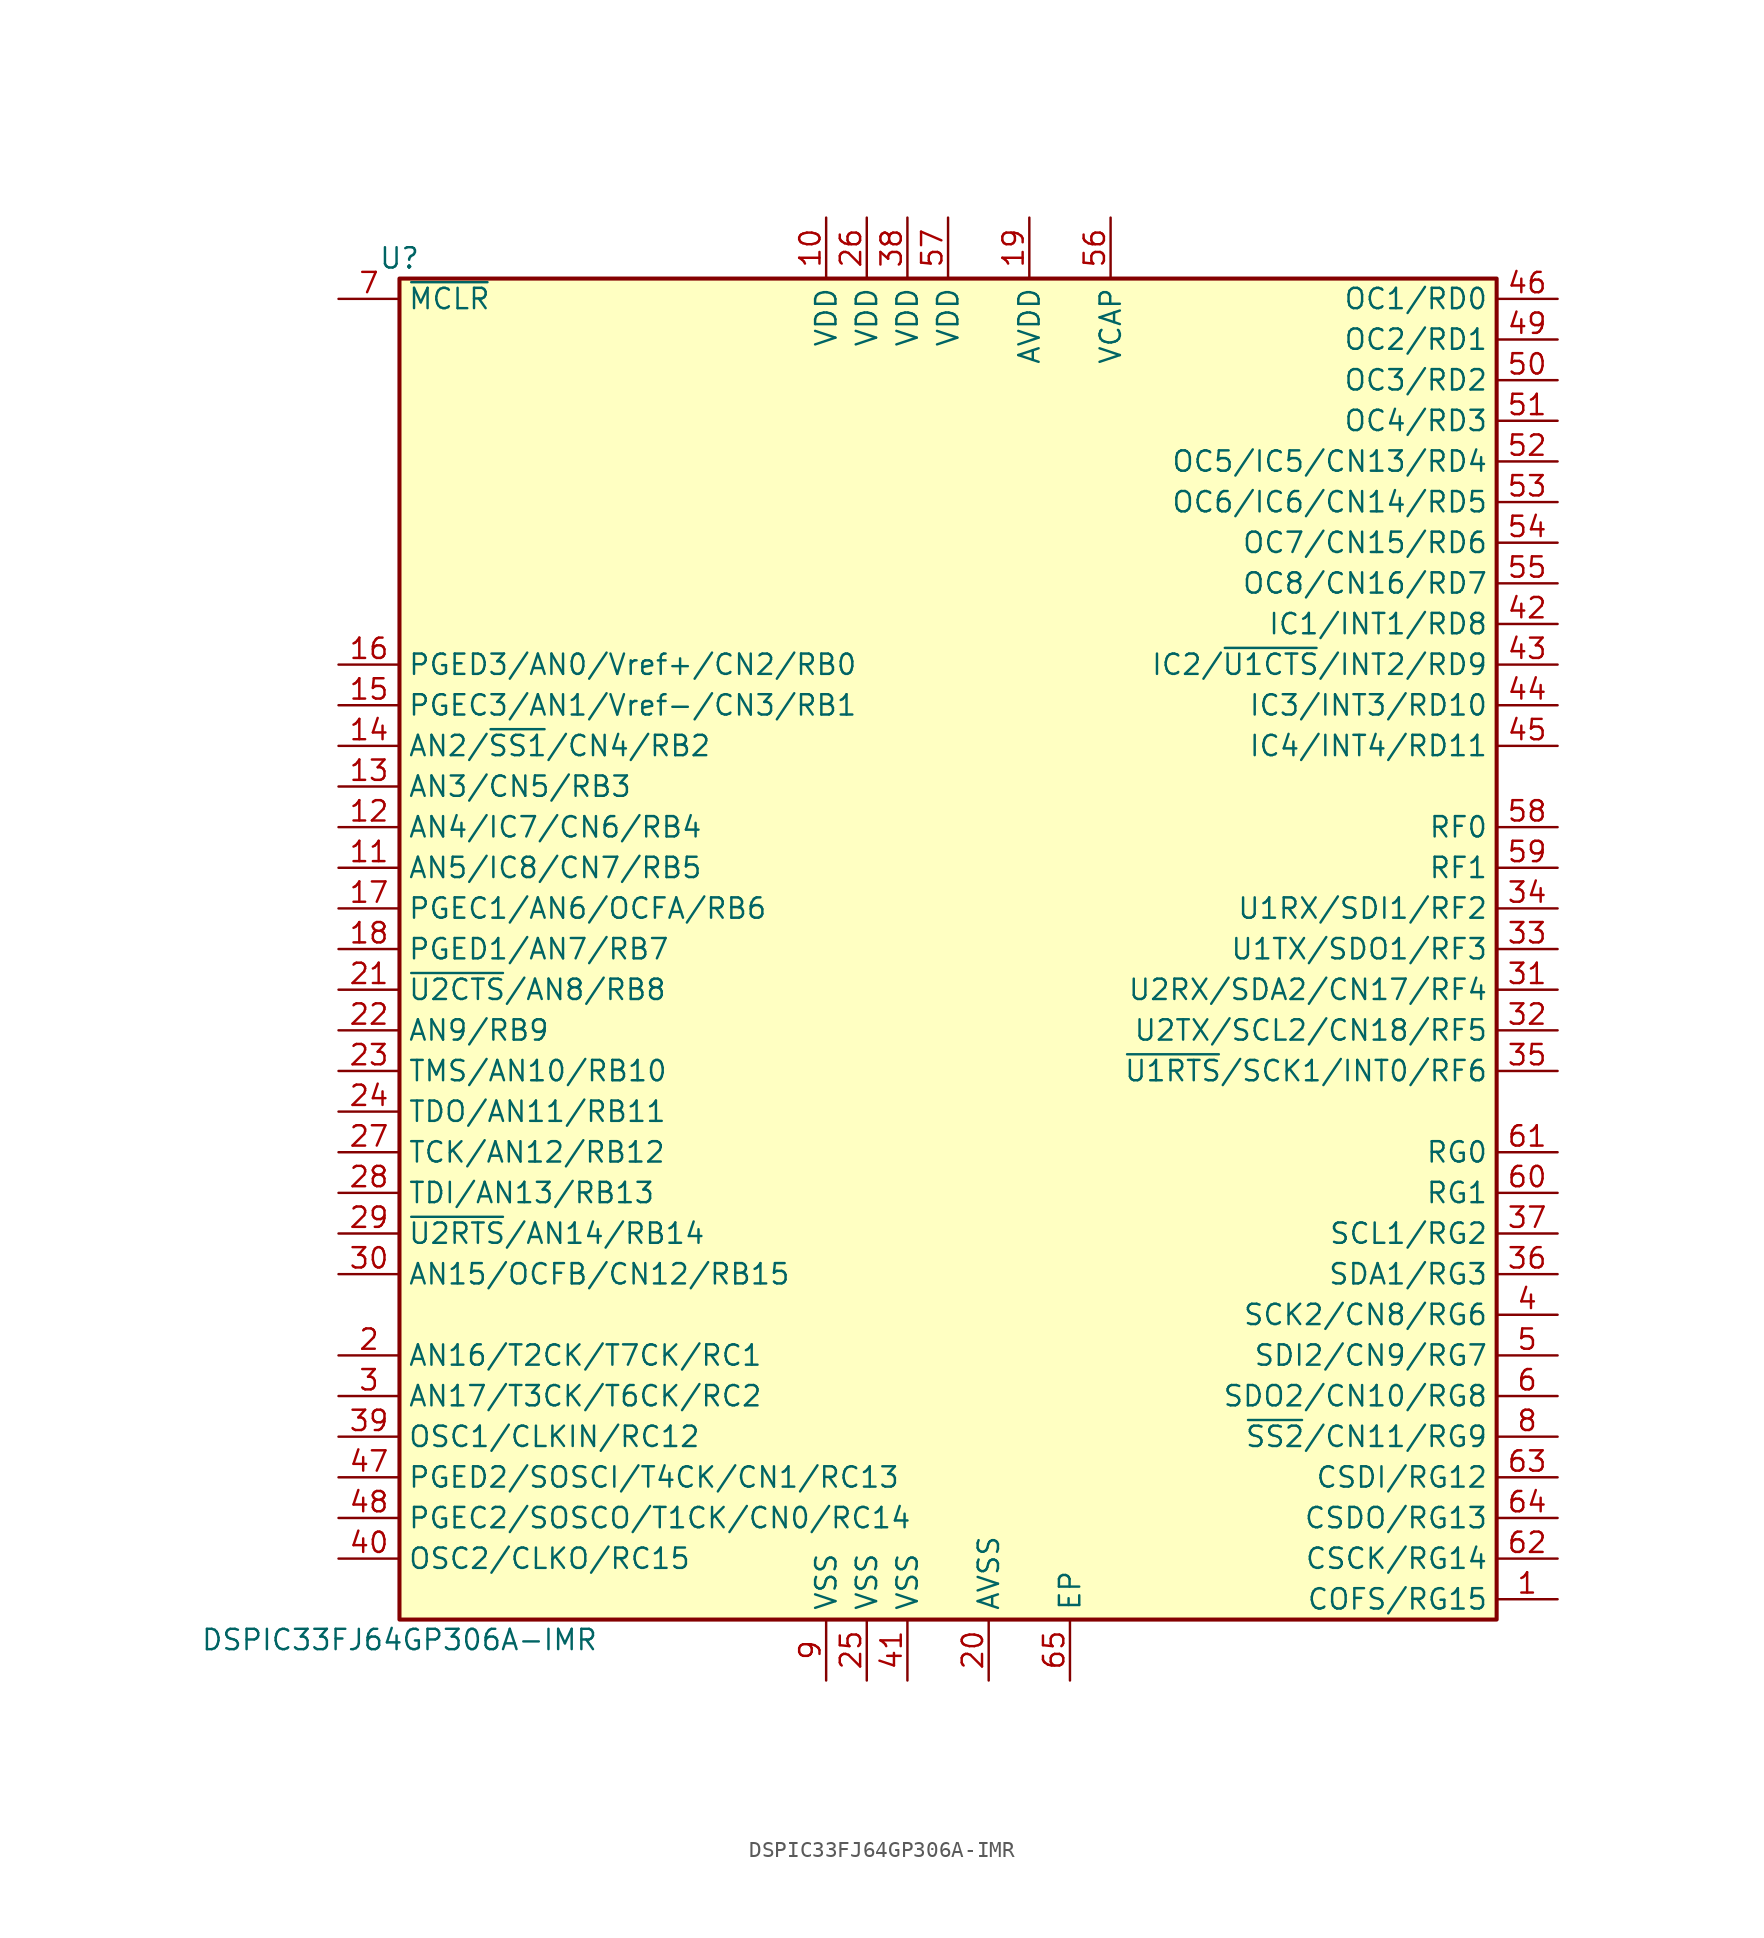
<source format=kicad_sym>
(kicad_symbol_lib
  (version 20211014)
  (generator kicad_symbol_editor)
  (symbol "DSPIC33FJ64GP306A-IMR"
    (property "Reference" "U"
      (at -34.29 43.18 0)
      (effects (font (size 1.27 1.27))))
    (property "Value" "DSPIC33FJ64GP306A-IMR"
      (at -34.29 -43.18 0)
      (effects (font (size 1.27 1.27))))
    (symbol "DSPIC33FJ64GP306A-IMR_1_1"
      (rectangle (start -34.29 41.91) (end 34.29 -41.91) (stroke (width 0.254) (type default) (color 0 0 0 0)) (fill (type background)))
      (pin bidirectional line (at 38.1 -40.64 180) (length 3.81) (name "COFS/RG15" (effects (font (size 1.27 1.27)))) (number "1" (effects (font (size 1.27 1.27)))))
      (pin power_in line (at -7.62 45.72 270) (length 3.81) (name "VDD" (effects (font (size 1.27 1.27)))) (number "10" (effects (font (size 1.27 1.27)))))
      (pin input line (at -38.1 5.08 0) (length 3.81) (name "AN5/IC8/CN7/RB5" (effects (font (size 1.27 1.27)))) (number "11" (effects (font (size 1.27 1.27)))))
      (pin input line (at -38.1 7.62 0) (length 3.81) (name "AN4/IC7/CN6/RB4" (effects (font (size 1.27 1.27)))) (number "12" (effects (font (size 1.27 1.27)))))
      (pin bidirectional line (at -38.1 10.16 0) (length 3.81) (name "AN3/CN5/RB3" (effects (font (size 1.27 1.27)))) (number "13" (effects (font (size 1.27 1.27)))))
      (pin bidirectional line (at -38.1 12.7 0) (length 3.81) (name "AN2/~{SS1}/CN4/RB2" (effects (font (size 1.27 1.27)))) (number "14" (effects (font (size 1.27 1.27)))))
      (pin bidirectional line (at -38.1 15.24 0) (length 3.81) (name "PGEC3/AN1/Vref-/CN3/RB1" (effects (font (size 1.27 1.27)))) (number "15" (effects (font (size 1.27 1.27)))))
      (pin bidirectional line (at -38.1 17.78 0) (length 3.81) (name "PGED3/AN0/Vref+/CN2/RB0" (effects (font (size 1.27 1.27)))) (number "16" (effects (font (size 1.27 1.27)))))
      (pin input line (at -38.1 2.54 0) (length 3.81) (name "PGEC1/AN6/OCFA/RB6" (effects (font (size 1.27 1.27)))) (number "17" (effects (font (size 1.27 1.27)))))
      (pin input line (at -38.1 0 0) (length 3.81) (name "PGED1/AN7/RB7" (effects (font (size 1.27 1.27)))) (number "18" (effects (font (size 1.27 1.27)))))
      (pin power_in line (at 5.08 45.72 270) (length 3.81) (name "AVDD" (effects (font (size 1.27 1.27)))) (number "19" (effects (font (size 1.27 1.27)))))
      (pin bidirectional line (at -38.1 -25.4 0) (length 3.81) (name "AN16/T2CK/T7CK/RC1" (effects (font (size 1.27 1.27)))) (number "2" (effects (font (size 1.27 1.27)))))
      (pin power_in line (at 2.54 -45.72 90) (length 3.81) (name "AVSS" (effects (font (size 1.27 1.27)))) (number "20" (effects (font (size 1.27 1.27)))))
      (pin input line (at -38.1 -2.54 0) (length 3.81) (name "~{U2CTS}/AN8/RB8" (effects (font (size 1.27 1.27)))) (number "21" (effects (font (size 1.27 1.27)))))
      (pin bidirectional line (at -38.1 -5.08 0) (length 3.81) (name "AN9/RB9" (effects (font (size 1.27 1.27)))) (number "22" (effects (font (size 1.27 1.27)))))
      (pin bidirectional line (at -38.1 -7.62 0) (length 3.81) (name "TMS/AN10/RB10" (effects (font (size 1.27 1.27)))) (number "23" (effects (font (size 1.27 1.27)))))
      (pin bidirectional line (at -38.1 -10.16 0) (length 3.81) (name "TDO/AN11/RB11" (effects (font (size 1.27 1.27)))) (number "24" (effects (font (size 1.27 1.27)))))
      (pin power_in line (at -5.08 -45.72 90) (length 3.81) (name "VSS" (effects (font (size 1.27 1.27)))) (number "25" (effects (font (size 1.27 1.27)))))
      (pin power_in line (at -5.08 45.72 270) (length 3.81) (name "VDD" (effects (font (size 1.27 1.27)))) (number "26" (effects (font (size 1.27 1.27)))))
      (pin bidirectional line (at -38.1 -12.7 0) (length 3.81) (name "TCK/AN12/RB12" (effects (font (size 1.27 1.27)))) (number "27" (effects (font (size 1.27 1.27)))))
      (pin bidirectional line (at -38.1 -15.24 0) (length 3.81) (name "TDI/AN13/RB13" (effects (font (size 1.27 1.27)))) (number "28" (effects (font (size 1.27 1.27)))))
      (pin bidirectional line (at -38.1 -17.78 0) (length 3.81) (name "~{U2RTS}/AN14/RB14" (effects (font (size 1.27 1.27)))) (number "29" (effects (font (size 1.27 1.27)))))
      (pin bidirectional line (at -38.1 -27.94 0) (length 3.81) (name "AN17/T3CK/T6CK/RC2" (effects (font (size 1.27 1.27)))) (number "3" (effects (font (size 1.27 1.27)))))
      (pin bidirectional line (at -38.1 -20.32 0) (length 3.81) (name "AN15/OCFB/CN12/RB15" (effects (font (size 1.27 1.27)))) (number "30" (effects (font (size 1.27 1.27)))))
      (pin bidirectional line (at 38.1 -2.54 180) (length 3.81) (name "U2RX/SDA2/CN17/RF4" (effects (font (size 1.27 1.27)))) (number "31" (effects (font (size 1.27 1.27)))))
      (pin bidirectional line (at 38.1 -5.08 180) (length 3.81) (name "U2TX/SCL2/CN18/RF5" (effects (font (size 1.27 1.27)))) (number "32" (effects (font (size 1.27 1.27)))))
      (pin bidirectional line (at 38.1 0 180) (length 3.81) (name "U1TX/SDO1/RF3" (effects (font (size 1.27 1.27)))) (number "33" (effects (font (size 1.27 1.27)))))
      (pin bidirectional line (at 38.1 2.54 180) (length 3.81) (name "U1RX/SDI1/RF2" (effects (font (size 1.27 1.27)))) (number "34" (effects (font (size 1.27 1.27)))))
      (pin bidirectional line (at 38.1 -7.62 180) (length 3.81) (name "~{U1RTS}/SCK1/INT0/RF6" (effects (font (size 1.27 1.27)))) (number "35" (effects (font (size 1.27 1.27)))))
      (pin bidirectional line (at 38.1 -20.32 180) (length 3.81) (name "SDA1/RG3" (effects (font (size 1.27 1.27)))) (number "36" (effects (font (size 1.27 1.27)))))
      (pin bidirectional line (at 38.1 -17.78 180) (length 3.81) (name "SCL1/RG2" (effects (font (size 1.27 1.27)))) (number "37" (effects (font (size 1.27 1.27)))))
      (pin power_in line (at -2.54 45.72 270) (length 3.81) (name "VDD" (effects (font (size 1.27 1.27)))) (number "38" (effects (font (size 1.27 1.27)))))
      (pin bidirectional line (at -38.1 -30.48 0) (length 3.81) (name "OSC1/CLKIN/RC12" (effects (font (size 1.27 1.27)))) (number "39" (effects (font (size 1.27 1.27)))))
      (pin bidirectional line (at 38.1 -22.86 180) (length 3.81) (name "SCK2/CN8/RG6" (effects (font (size 1.27 1.27)))) (number "4" (effects (font (size 1.27 1.27)))))
      (pin bidirectional line (at -38.1 -38.1 0) (length 3.81) (name "OSC2/CLKO/RC15" (effects (font (size 1.27 1.27)))) (number "40" (effects (font (size 1.27 1.27)))))
      (pin power_in line (at -2.54 -45.72 90) (length 3.81) (name "VSS" (effects (font (size 1.27 1.27)))) (number "41" (effects (font (size 1.27 1.27)))))
      (pin bidirectional line (at 38.1 20.32 180) (length 3.81) (name "IC1/INT1/RD8" (effects (font (size 1.27 1.27)))) (number "42" (effects (font (size 1.27 1.27)))))
      (pin bidirectional line (at 38.1 17.78 180) (length 3.81) (name "IC2/~{U1CTS}/INT2/RD9" (effects (font (size 1.27 1.27)))) (number "43" (effects (font (size 1.27 1.27)))))
      (pin bidirectional line (at 38.1 15.24 180) (length 3.81) (name "IC3/INT3/RD10" (effects (font (size 1.27 1.27)))) (number "44" (effects (font (size 1.27 1.27)))))
      (pin bidirectional line (at 38.1 12.7 180) (length 3.81) (name "IC4/INT4/RD11" (effects (font (size 1.27 1.27)))) (number "45" (effects (font (size 1.27 1.27)))))
      (pin bidirectional line (at 38.1 40.64 180) (length 3.81) (name "OC1/RD0" (effects (font (size 1.27 1.27)))) (number "46" (effects (font (size 1.27 1.27)))))
      (pin bidirectional line (at -38.1 -33.02 0) (length 3.81) (name "PGED2/SOSCI/T4CK/CN1/RC13" (effects (font (size 1.27 1.27)))) (number "47" (effects (font (size 1.27 1.27)))))
      (pin bidirectional line (at -38.1 -35.56 0) (length 3.81) (name "PGEC2/SOSCO/T1CK/CN0/RC14" (effects (font (size 1.27 1.27)))) (number "48" (effects (font (size 1.27 1.27)))))
      (pin bidirectional line (at 38.1 38.1 180) (length 3.81) (name "OC2/RD1" (effects (font (size 1.27 1.27)))) (number "49" (effects (font (size 1.27 1.27)))))
      (pin bidirectional line (at 38.1 -25.4 180) (length 3.81) (name "SDI2/CN9/RG7" (effects (font (size 1.27 1.27)))) (number "5" (effects (font (size 1.27 1.27)))))
      (pin bidirectional line (at 38.1 35.56 180) (length 3.81) (name "OC3/RD2" (effects (font (size 1.27 1.27)))) (number "50" (effects (font (size 1.27 1.27)))))
      (pin bidirectional line (at 38.1 33.02 180) (length 3.81) (name "OC4/RD3" (effects (font (size 1.27 1.27)))) (number "51" (effects (font (size 1.27 1.27)))))
      (pin bidirectional line (at 38.1 30.48 180) (length 3.81) (name "OC5/IC5/CN13/RD4" (effects (font (size 1.27 1.27)))) (number "52" (effects (font (size 1.27 1.27)))))
      (pin bidirectional line (at 38.1 27.94 180) (length 3.81) (name "OC6/IC6/CN14/RD5" (effects (font (size 1.27 1.27)))) (number "53" (effects (font (size 1.27 1.27)))))
      (pin bidirectional line (at 38.1 25.4 180) (length 3.81) (name "OC7/CN15/RD6" (effects (font (size 1.27 1.27)))) (number "54" (effects (font (size 1.27 1.27)))))
      (pin bidirectional line (at 38.1 22.86 180) (length 3.81) (name "OC8/CN16/RD7" (effects (font (size 1.27 1.27)))) (number "55" (effects (font (size 1.27 1.27)))))
      (pin power_in line (at 10.16 45.72 270) (length 3.81) (name "VCAP" (effects (font (size 1.27 1.27)))) (number "56" (effects (font (size 1.27 1.27)))))
      (pin power_in line (at 0 45.72 270) (length 3.81) (name "VDD" (effects (font (size 1.27 1.27)))) (number "57" (effects (font (size 1.27 1.27)))))
      (pin bidirectional line (at 38.1 7.62 180) (length 3.81) (name "RF0" (effects (font (size 1.27 1.27)))) (number "58" (effects (font (size 1.27 1.27)))))
      (pin bidirectional line (at 38.1 5.08 180) (length 3.81) (name "RF1" (effects (font (size 1.27 1.27)))) (number "59" (effects (font (size 1.27 1.27)))))
      (pin bidirectional line (at 38.1 -27.94 180) (length 3.81) (name "SDO2/CN10/RG8" (effects (font (size 1.27 1.27)))) (number "6" (effects (font (size 1.27 1.27)))))
      (pin bidirectional line (at 38.1 -15.24 180) (length 3.81) (name "RG1" (effects (font (size 1.27 1.27)))) (number "60" (effects (font (size 1.27 1.27)))))
      (pin bidirectional line (at 38.1 -12.7 180) (length 3.81) (name "RG0" (effects (font (size 1.27 1.27)))) (number "61" (effects (font (size 1.27 1.27)))))
      (pin bidirectional line (at 38.1 -38.1 180) (length 3.81) (name "CSCK/RG14" (effects (font (size 1.27 1.27)))) (number "62" (effects (font (size 1.27 1.27)))))
      (pin bidirectional line (at 38.1 -33.02 180) (length 3.81) (name "CSDI/RG12" (effects (font (size 1.27 1.27)))) (number "63" (effects (font (size 1.27 1.27)))))
      (pin bidirectional line (at 38.1 -35.56 180) (length 3.81) (name "CSDO/RG13" (effects (font (size 1.27 1.27)))) (number "64" (effects (font (size 1.27 1.27)))))
      (pin power_in line (at 7.62 -45.72 90) (length 3.81) (name "EP" (effects (font (size 1.27 1.27)))) (number "65" (effects (font (size 1.27 1.27)))))
      (pin input line (at -38.1 40.64 0) (length 3.81) (name "~{MCLR}" (effects (font (size 1.27 1.27)))) (number "7" (effects (font (size 1.27 1.27)))))
      (pin bidirectional line (at 38.1 -30.48 180) (length 3.81) (name "~{SS2}/CN11/RG9" (effects (font (size 1.27 1.27)))) (number "8" (effects (font (size 1.27 1.27)))))
      (pin power_in line (at -7.62 -45.72 90) (length 3.81) (name "VSS" (effects (font (size 1.27 1.27)))) (number "9" (effects (font (size 1.27 1.27))))))))
</source>
